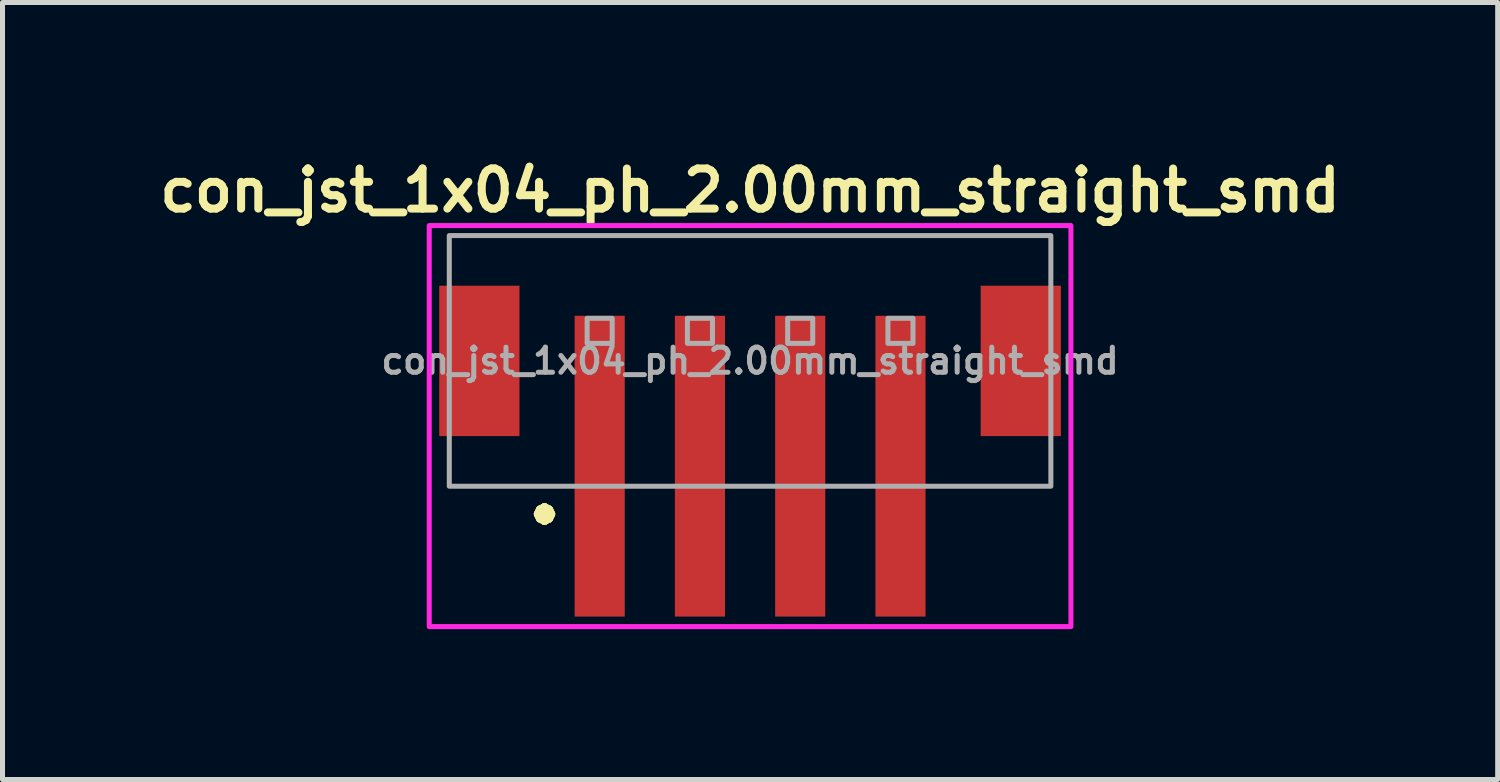
<source format=kicad_pcb>
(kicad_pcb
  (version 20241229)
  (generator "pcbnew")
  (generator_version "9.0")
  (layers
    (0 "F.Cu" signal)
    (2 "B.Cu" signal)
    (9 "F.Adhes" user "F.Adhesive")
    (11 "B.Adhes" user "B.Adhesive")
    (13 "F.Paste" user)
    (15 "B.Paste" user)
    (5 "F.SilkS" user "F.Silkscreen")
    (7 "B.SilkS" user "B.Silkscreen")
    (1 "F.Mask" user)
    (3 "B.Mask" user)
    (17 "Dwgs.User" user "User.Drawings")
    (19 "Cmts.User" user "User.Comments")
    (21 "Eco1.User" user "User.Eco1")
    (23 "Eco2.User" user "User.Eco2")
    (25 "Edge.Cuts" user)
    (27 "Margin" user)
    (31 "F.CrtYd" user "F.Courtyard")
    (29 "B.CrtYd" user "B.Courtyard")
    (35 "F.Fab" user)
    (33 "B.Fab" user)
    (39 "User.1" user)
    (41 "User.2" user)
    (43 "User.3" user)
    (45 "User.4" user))
  (footprint "con_jst_1x04_ph_2.00mm_straight_smd"
    (layer "F.Cu")
    (at 11.912 4.149)
    (property "Reference" "con_jst_1x04_ph_2.00mm_straight_smd" (at 0 -3.4 0) (layer "F.SilkS") (effects (font (size 0.8 0.8) (thickness 0.16))))
    (property "Pin_1_mark" "•" (at -4.1 3 0) (layer "F.SilkS") (effects (font (size 0.8 0.8) (thickness 0.2))))
    (attr smd)
    (fp_rect (start -6.4 -2.7) (end 6.4 5.3) (stroke (width 0.1) (type solid)) (fill no) (layer "F.CrtYd"))
    (fp_rect (start -6 -2.5) (end 6 2.5) (stroke (width 0.1) (type default)) (fill no) (layer "F.Fab"))
    (fp_rect (start -3.25 -0.85) (end -2.75 -0.35) (stroke (width 0.1) (type default)) (fill no) (layer "F.Fab"))
    (fp_rect (start -1.25 -0.85) (end -0.75 -0.35) (stroke (width 0.1) (type default)) (fill no) (layer "F.Fab"))
    (fp_rect (start 0.75 -0.85) (end 1.25 -0.35) (stroke (width 0.1) (type default)) (fill no) (layer "F.Fab"))
    (fp_rect (start 2.75 -0.85) (end 3.25 -0.35) (stroke (width 0.1) (type default)) (fill no) (layer "F.Fab"))
    (fp_text user "${REFERENCE}" (at 0 0 0) (layer "F.Fab") (effects (font (size 0.5 0.5) (thickness 0.1) (bold yes))))
    (pad "" smd rect (at -5.4 0) (size 1.6 3) (layers "F.Cu" "F.Mask" "F.Paste"))
    (pad "" smd rect (at 5.4 0) (size 1.6 3) (layers "F.Cu" "F.Mask" "F.Paste"))
    (pad "1" smd rect (at -3 2.1) (size 1 6) (layers "F.Cu" "F.Mask" "F.Paste"))
    (pad "2" smd rect (at -1 2.1) (size 1 6) (layers "F.Cu" "F.Mask" "F.Paste"))
    (pad "3" smd rect (at 1 2.1) (size 1 6) (layers "F.Cu" "F.Mask" "F.Paste"))
    (pad "4" smd rect (at 3 2.1) (size 1 6) (layers "F.Cu" "F.Mask" "F.Paste")))
  (gr_rect
    (start -3 -3)
    (end 26.825 12.499)
    (stroke (width 0.1) (type default))
    (fill no)
    (layer "Edge.Cuts")))
</source>
